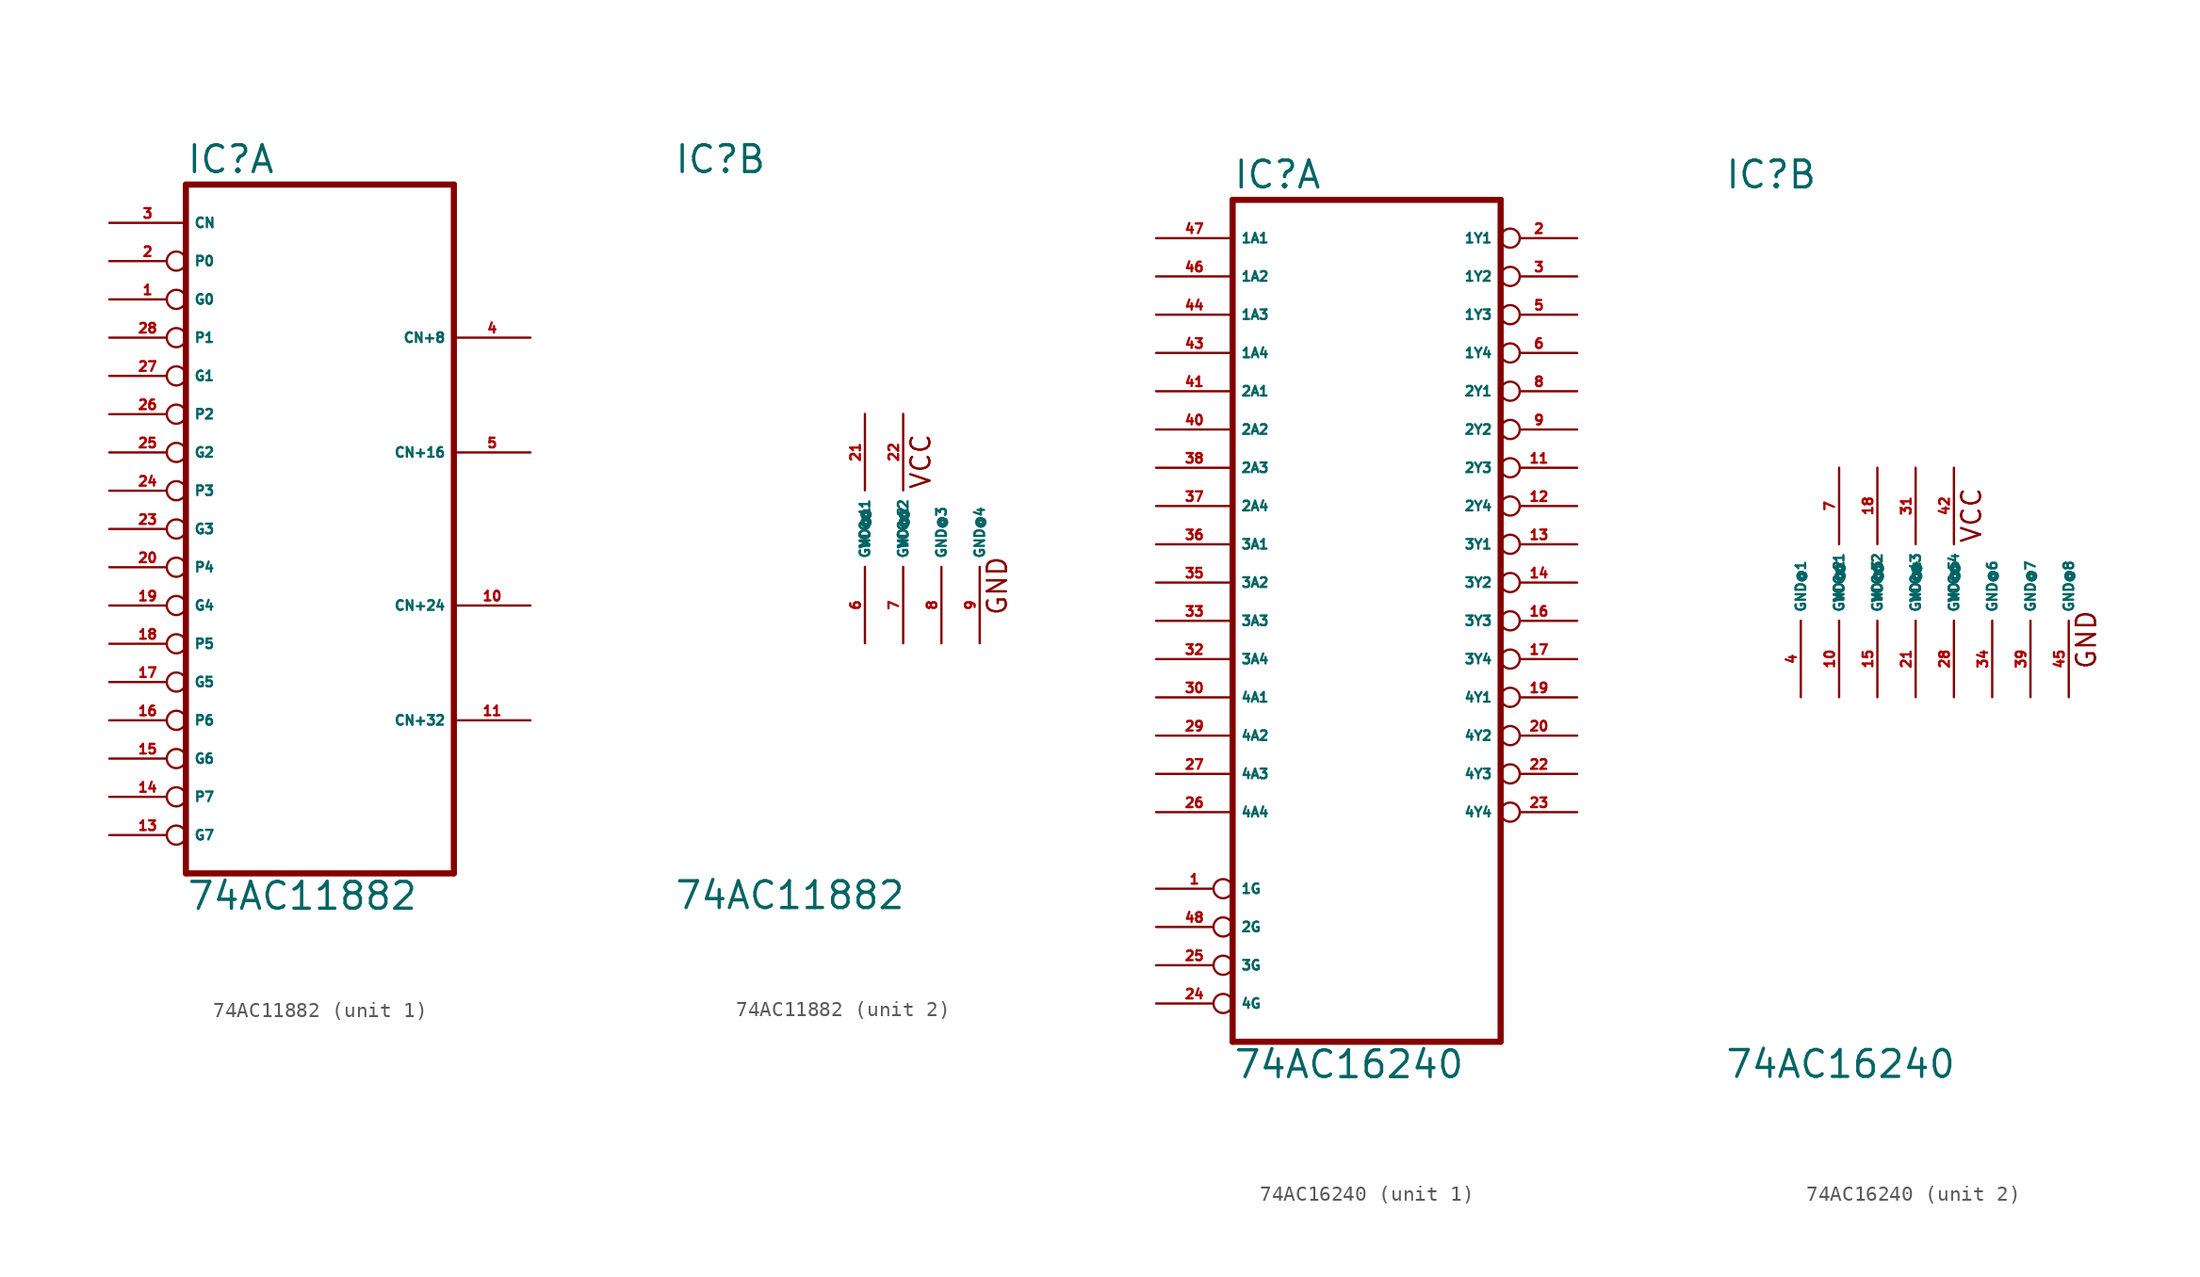
<source format=kicad_sym>
(kicad_symbol_lib
  (version 20220914)
  (generator Eagle2Kicad)
  (symbol "74AC11882"
    (property "Reference" "IC"
      (at -12.7 23.495 0)
      (effects (font (size 1.778 1.778) (thickness 0.22)) (justify left bottom)))
    (property "Value" "74AC11882"
      (at -12.7 -25.4 0)
      (effects (font (size 1.778 1.778) (thickness 0.22)) (justify left bottom)))
    (symbol "74AC11882_1_0"
      (polyline (pts (xy -12.7 -22.86) (xy 5.08 -22.86)) (stroke (width 0.406) (type default)) (fill (type none)))
      (polyline (pts (xy 5.08 -22.86) (xy 5.08 22.86)) (stroke (width 0.406) (type default)) (fill (type none)))
      (polyline (pts (xy 5.08 22.86) (xy -12.7 22.86)) (stroke (width 0.406) (type default)) (fill (type none)))
      (polyline (pts (xy -12.7 22.86) (xy -12.7 -22.86)) (stroke (width 0.406) (type default)) (fill (type none)))
      (pin input inverted (at -17.78 15.24 0) (length 5.08) (name "G0" (effects (font (size 0.635 0.635) (thickness 0.08)) (justify left bottom))) (number "1" (effects (font (size 0.635 0.635) (thickness 0.08)) (justify left bottom))))
      (pin input inverted (at -17.78 17.78 0) (length 5.08) (name "P0" (effects (font (size 0.635 0.635) (thickness 0.08)) (justify left bottom))) (number "2" (effects (font (size 0.635 0.635) (thickness 0.08)) (justify left bottom))))
      (pin input line (at -17.78 20.32 0) (length 5.08) (name "CN" (effects (font (size 0.635 0.635) (thickness 0.08)) (justify left bottom))) (number "3" (effects (font (size 0.635 0.635) (thickness 0.08)) (justify left bottom))))
      (pin output line (at 10.16 12.7 180) (length 5.08) (name "CN+8" (effects (font (size 0.635 0.635) (thickness 0.08)) (justify left bottom))) (number "4" (effects (font (size 0.635 0.635) (thickness 0.08)) (justify left bottom))))
      (pin output line (at 10.16 5.08 180) (length 5.08) (name "CN+16" (effects (font (size 0.635 0.635) (thickness 0.08)) (justify left bottom))) (number "5" (effects (font (size 0.635 0.635) (thickness 0.08)) (justify left bottom))))
      (pin output line (at 10.16 -5.08 180) (length 5.08) (name "CN+24" (effects (font (size 0.635 0.635) (thickness 0.08)) (justify left bottom))) (number "10" (effects (font (size 0.635 0.635) (thickness 0.08)) (justify left bottom))))
      (pin output line (at 10.16 -12.7 180) (length 5.08) (name "CN+32" (effects (font (size 0.635 0.635) (thickness 0.08)) (justify left bottom))) (number "11" (effects (font (size 0.635 0.635) (thickness 0.08)) (justify left bottom))))
      (pin input inverted (at -17.78 -20.32 0) (length 5.08) (name "G7" (effects (font (size 0.635 0.635) (thickness 0.08)) (justify left bottom))) (number "13" (effects (font (size 0.635 0.635) (thickness 0.08)) (justify left bottom))))
      (pin input inverted (at -17.78 -17.78 0) (length 5.08) (name "P7" (effects (font (size 0.635 0.635) (thickness 0.08)) (justify left bottom))) (number "14" (effects (font (size 0.635 0.635) (thickness 0.08)) (justify left bottom))))
      (pin input inverted (at -17.78 -15.24 0) (length 5.08) (name "G6" (effects (font (size 0.635 0.635) (thickness 0.08)) (justify left bottom))) (number "15" (effects (font (size 0.635 0.635) (thickness 0.08)) (justify left bottom))))
      (pin input inverted (at -17.78 -12.7 0) (length 5.08) (name "P6" (effects (font (size 0.635 0.635) (thickness 0.08)) (justify left bottom))) (number "16" (effects (font (size 0.635 0.635) (thickness 0.08)) (justify left bottom))))
      (pin input inverted (at -17.78 -10.16 0) (length 5.08) (name "G5" (effects (font (size 0.635 0.635) (thickness 0.08)) (justify left bottom))) (number "17" (effects (font (size 0.635 0.635) (thickness 0.08)) (justify left bottom))))
      (pin input inverted (at -17.78 -7.62 0) (length 5.08) (name "P5" (effects (font (size 0.635 0.635) (thickness 0.08)) (justify left bottom))) (number "18" (effects (font (size 0.635 0.635) (thickness 0.08)) (justify left bottom))))
      (pin input inverted (at -17.78 -5.08 0) (length 5.08) (name "G4" (effects (font (size 0.635 0.635) (thickness 0.08)) (justify left bottom))) (number "19" (effects (font (size 0.635 0.635) (thickness 0.08)) (justify left bottom))))
      (pin input inverted (at -17.78 -2.54 0) (length 5.08) (name "P4" (effects (font (size 0.635 0.635) (thickness 0.08)) (justify left bottom))) (number "20" (effects (font (size 0.635 0.635) (thickness 0.08)) (justify left bottom))))
      (pin input inverted (at -17.78 0 0) (length 5.08) (name "G3" (effects (font (size 0.635 0.635) (thickness 0.08)) (justify left bottom))) (number "23" (effects (font (size 0.635 0.635) (thickness 0.08)) (justify left bottom))))
      (pin input inverted (at -17.78 2.54 0) (length 5.08) (name "P3" (effects (font (size 0.635 0.635) (thickness 0.08)) (justify left bottom))) (number "24" (effects (font (size 0.635 0.635) (thickness 0.08)) (justify left bottom))))
      (pin input inverted (at -17.78 5.08 0) (length 5.08) (name "G2" (effects (font (size 0.635 0.635) (thickness 0.08)) (justify left bottom))) (number "25" (effects (font (size 0.635 0.635) (thickness 0.08)) (justify left bottom))))
      (pin input inverted (at -17.78 7.62 0) (length 5.08) (name "P2" (effects (font (size 0.635 0.635) (thickness 0.08)) (justify left bottom))) (number "26" (effects (font (size 0.635 0.635) (thickness 0.08)) (justify left bottom))))
      (pin input inverted (at -17.78 10.16 0) (length 5.08) (name "G1" (effects (font (size 0.635 0.635) (thickness 0.08)) (justify left bottom))) (number "27" (effects (font (size 0.635 0.635) (thickness 0.08)) (justify left bottom))))
      (pin input inverted (at -17.78 12.7 0) (length 5.08) (name "P1" (effects (font (size 0.635 0.635) (thickness 0.08)) (justify left bottom))) (number "28" (effects (font (size 0.635 0.635) (thickness 0.08)) (justify left bottom)))))
    (symbol "74AC11882_2_0"
      (text "VCC" (at 4.445 2.54 900) (effects (font (size 1.27 1.27) (thickness 0.16)) (justify left bottom)))
      (text "GND" (at 9.525 -5.842 900) (effects (font (size 1.27 1.27) (thickness 0.16)) (justify left bottom)))
      (pin unspecified line (at 0 -7.62 90) (length 5.08) (name "GND@1" (effects (font (size 0.635 0.635) (thickness 0.08)) (justify left bottom))) (number "6" (effects (font (size 0.635 0.635) (thickness 0.08)) (justify left bottom))))
      (pin unspecified line (at 2.54 -7.62 90) (length 5.08) (name "GND@2" (effects (font (size 0.635 0.635) (thickness 0.08)) (justify left bottom))) (number "7" (effects (font (size 0.635 0.635) (thickness 0.08)) (justify left bottom))))
      (pin unspecified line (at 5.08 -7.62 90) (length 5.08) (name "GND@3" (effects (font (size 0.635 0.635) (thickness 0.08)) (justify left bottom))) (number "8" (effects (font (size 0.635 0.635) (thickness 0.08)) (justify left bottom))))
      (pin unspecified line (at 7.62 -7.62 90) (length 5.08) (name "GND@4" (effects (font (size 0.635 0.635) (thickness 0.08)) (justify left bottom))) (number "9" (effects (font (size 0.635 0.635) (thickness 0.08)) (justify left bottom))))
      (pin unspecified line (at 0 7.62 270) (length 5.08) (name "VCC@1" (effects (font (size 0.635 0.635) (thickness 0.08)) (justify left bottom))) (number "21" (effects (font (size 0.635 0.635) (thickness 0.08)) (justify left bottom))))
      (pin unspecified line (at 2.54 7.62 270) (length 5.08) (name "VCC@2" (effects (font (size 0.635 0.635) (thickness 0.08)) (justify left bottom))) (number "22" (effects (font (size 0.635 0.635) (thickness 0.08)) (justify left bottom))))))
  (symbol "74AC16240"
    (property "Reference" "IC"
      (at -10.16 26.035 0)
      (effects (font (size 1.778 1.778) (thickness 0.22)) (justify left bottom)))
    (property "Value" "74AC16240"
      (at -10.16 -33.02 0)
      (effects (font (size 1.778 1.778) (thickness 0.22)) (justify left bottom)))
    (symbol "74AC16240_1_0"
      (polyline (pts (xy -10.16 25.4) (xy -10.16 -30.48)) (stroke (width 0.406) (type default)) (fill (type none)))
      (polyline (pts (xy 7.62 -30.48) (xy -10.16 -30.48)) (stroke (width 0.406) (type default)) (fill (type none)))
      (polyline (pts (xy 7.62 -30.48) (xy 7.62 25.4)) (stroke (width 0.406) (type default)) (fill (type none)))
      (polyline (pts (xy -10.16 25.4) (xy 7.62 25.4)) (stroke (width 0.406) (type default)) (fill (type none)))
      (pin input inverted (at -15.24 -20.32 0) (length 5.08) (name "1G" (effects (font (size 0.635 0.635) (thickness 0.08)) (justify left bottom))) (number "1" (effects (font (size 0.635 0.635) (thickness 0.08)) (justify left bottom))))
      (pin input inverted (at -15.24 -22.86 0) (length 5.08) (name "2G" (effects (font (size 0.635 0.635) (thickness 0.08)) (justify left bottom))) (number "48" (effects (font (size 0.635 0.635) (thickness 0.08)) (justify left bottom))))
      (pin input inverted (at -15.24 -25.4 0) (length 5.08) (name "3G" (effects (font (size 0.635 0.635) (thickness 0.08)) (justify left bottom))) (number "25" (effects (font (size 0.635 0.635) (thickness 0.08)) (justify left bottom))))
      (pin input inverted (at -15.24 -27.94 0) (length 5.08) (name "4G" (effects (font (size 0.635 0.635) (thickness 0.08)) (justify left bottom))) (number "24" (effects (font (size 0.635 0.635) (thickness 0.08)) (justify left bottom))))
      (pin tri_state inverted (at 12.7 22.86 180) (length 5.08) (name "1Y1" (effects (font (size 0.635 0.635) (thickness 0.08)) (justify left bottom))) (number "2" (effects (font (size 0.635 0.635) (thickness 0.08)) (justify left bottom))))
      (pin tri_state inverted (at 12.7 20.32 180) (length 5.08) (name "1Y2" (effects (font (size 0.635 0.635) (thickness 0.08)) (justify left bottom))) (number "3" (effects (font (size 0.635 0.635) (thickness 0.08)) (justify left bottom))))
      (pin tri_state inverted (at 12.7 17.78 180) (length 5.08) (name "1Y3" (effects (font (size 0.635 0.635) (thickness 0.08)) (justify left bottom))) (number "5" (effects (font (size 0.635 0.635) (thickness 0.08)) (justify left bottom))))
      (pin tri_state inverted (at 12.7 15.24 180) (length 5.08) (name "1Y4" (effects (font (size 0.635 0.635) (thickness 0.08)) (justify left bottom))) (number "6" (effects (font (size 0.635 0.635) (thickness 0.08)) (justify left bottom))))
      (pin tri_state inverted (at 12.7 12.7 180) (length 5.08) (name "2Y1" (effects (font (size 0.635 0.635) (thickness 0.08)) (justify left bottom))) (number "8" (effects (font (size 0.635 0.635) (thickness 0.08)) (justify left bottom))))
      (pin tri_state inverted (at 12.7 10.16 180) (length 5.08) (name "2Y2" (effects (font (size 0.635 0.635) (thickness 0.08)) (justify left bottom))) (number "9" (effects (font (size 0.635 0.635) (thickness 0.08)) (justify left bottom))))
      (pin tri_state inverted (at 12.7 7.62 180) (length 5.08) (name "2Y3" (effects (font (size 0.635 0.635) (thickness 0.08)) (justify left bottom))) (number "11" (effects (font (size 0.635 0.635) (thickness 0.08)) (justify left bottom))))
      (pin tri_state inverted (at 12.7 5.08 180) (length 5.08) (name "2Y4" (effects (font (size 0.635 0.635) (thickness 0.08)) (justify left bottom))) (number "12" (effects (font (size 0.635 0.635) (thickness 0.08)) (justify left bottom))))
      (pin tri_state inverted (at 12.7 2.54 180) (length 5.08) (name "3Y1" (effects (font (size 0.635 0.635) (thickness 0.08)) (justify left bottom))) (number "13" (effects (font (size 0.635 0.635) (thickness 0.08)) (justify left bottom))))
      (pin tri_state inverted (at 12.7 0 180) (length 5.08) (name "3Y2" (effects (font (size 0.635 0.635) (thickness 0.08)) (justify left bottom))) (number "14" (effects (font (size 0.635 0.635) (thickness 0.08)) (justify left bottom))))
      (pin tri_state inverted (at 12.7 -2.54 180) (length 5.08) (name "3Y3" (effects (font (size 0.635 0.635) (thickness 0.08)) (justify left bottom))) (number "16" (effects (font (size 0.635 0.635) (thickness 0.08)) (justify left bottom))))
      (pin tri_state inverted (at 12.7 -5.08 180) (length 5.08) (name "3Y4" (effects (font (size 0.635 0.635) (thickness 0.08)) (justify left bottom))) (number "17" (effects (font (size 0.635 0.635) (thickness 0.08)) (justify left bottom))))
      (pin tri_state inverted (at 12.7 -7.62 180) (length 5.08) (name "4Y1" (effects (font (size 0.635 0.635) (thickness 0.08)) (justify left bottom))) (number "19" (effects (font (size 0.635 0.635) (thickness 0.08)) (justify left bottom))))
      (pin tri_state inverted (at 12.7 -10.16 180) (length 5.08) (name "4Y2" (effects (font (size 0.635 0.635) (thickness 0.08)) (justify left bottom))) (number "20" (effects (font (size 0.635 0.635) (thickness 0.08)) (justify left bottom))))
      (pin tri_state inverted (at 12.7 -12.7 180) (length 5.08) (name "4Y3" (effects (font (size 0.635 0.635) (thickness 0.08)) (justify left bottom))) (number "22" (effects (font (size 0.635 0.635) (thickness 0.08)) (justify left bottom))))
      (pin tri_state inverted (at 12.7 -15.24 180) (length 5.08) (name "4Y4" (effects (font (size 0.635 0.635) (thickness 0.08)) (justify left bottom))) (number "23" (effects (font (size 0.635 0.635) (thickness 0.08)) (justify left bottom))))
      (pin input line (at -15.24 22.86 0) (length 5.08) (name "1A1" (effects (font (size 0.635 0.635) (thickness 0.08)) (justify left bottom))) (number "47" (effects (font (size 0.635 0.635) (thickness 0.08)) (justify left bottom))))
      (pin input line (at -15.24 20.32 0) (length 5.08) (name "1A2" (effects (font (size 0.635 0.635) (thickness 0.08)) (justify left bottom))) (number "46" (effects (font (size 0.635 0.635) (thickness 0.08)) (justify left bottom))))
      (pin input line (at -15.24 17.78 0) (length 5.08) (name "1A3" (effects (font (size 0.635 0.635) (thickness 0.08)) (justify left bottom))) (number "44" (effects (font (size 0.635 0.635) (thickness 0.08)) (justify left bottom))))
      (pin input line (at -15.24 15.24 0) (length 5.08) (name "1A4" (effects (font (size 0.635 0.635) (thickness 0.08)) (justify left bottom))) (number "43" (effects (font (size 0.635 0.635) (thickness 0.08)) (justify left bottom))))
      (pin input line (at -15.24 12.7 0) (length 5.08) (name "2A1" (effects (font (size 0.635 0.635) (thickness 0.08)) (justify left bottom))) (number "41" (effects (font (size 0.635 0.635) (thickness 0.08)) (justify left bottom))))
      (pin input line (at -15.24 10.16 0) (length 5.08) (name "2A2" (effects (font (size 0.635 0.635) (thickness 0.08)) (justify left bottom))) (number "40" (effects (font (size 0.635 0.635) (thickness 0.08)) (justify left bottom))))
      (pin input line (at -15.24 7.62 0) (length 5.08) (name "2A3" (effects (font (size 0.635 0.635) (thickness 0.08)) (justify left bottom))) (number "38" (effects (font (size 0.635 0.635) (thickness 0.08)) (justify left bottom))))
      (pin input line (at -15.24 5.08 0) (length 5.08) (name "2A4" (effects (font (size 0.635 0.635) (thickness 0.08)) (justify left bottom))) (number "37" (effects (font (size 0.635 0.635) (thickness 0.08)) (justify left bottom))))
      (pin input line (at -15.24 2.54 0) (length 5.08) (name "3A1" (effects (font (size 0.635 0.635) (thickness 0.08)) (justify left bottom))) (number "36" (effects (font (size 0.635 0.635) (thickness 0.08)) (justify left bottom))))
      (pin input line (at -15.24 0 0) (length 5.08) (name "3A2" (effects (font (size 0.635 0.635) (thickness 0.08)) (justify left bottom))) (number "35" (effects (font (size 0.635 0.635) (thickness 0.08)) (justify left bottom))))
      (pin input line (at -15.24 -2.54 0) (length 5.08) (name "3A3" (effects (font (size 0.635 0.635) (thickness 0.08)) (justify left bottom))) (number "33" (effects (font (size 0.635 0.635) (thickness 0.08)) (justify left bottom))))
      (pin input line (at -15.24 -5.08 0) (length 5.08) (name "3A4" (effects (font (size 0.635 0.635) (thickness 0.08)) (justify left bottom))) (number "32" (effects (font (size 0.635 0.635) (thickness 0.08)) (justify left bottom))))
      (pin input line (at -15.24 -7.62 0) (length 5.08) (name "4A1" (effects (font (size 0.635 0.635) (thickness 0.08)) (justify left bottom))) (number "30" (effects (font (size 0.635 0.635) (thickness 0.08)) (justify left bottom))))
      (pin input line (at -15.24 -10.16 0) (length 5.08) (name "4A2" (effects (font (size 0.635 0.635) (thickness 0.08)) (justify left bottom))) (number "29" (effects (font (size 0.635 0.635) (thickness 0.08)) (justify left bottom))))
      (pin input line (at -15.24 -12.7 0) (length 5.08) (name "4A3" (effects (font (size 0.635 0.635) (thickness 0.08)) (justify left bottom))) (number "27" (effects (font (size 0.635 0.635) (thickness 0.08)) (justify left bottom))))
      (pin input line (at -15.24 -15.24 0) (length 5.08) (name "4A4" (effects (font (size 0.635 0.635) (thickness 0.08)) (justify left bottom))) (number "26" (effects (font (size 0.635 0.635) (thickness 0.08)) (justify left bottom)))))
    (symbol "74AC16240_2_0"
      (text "VCC" (at 6.985 2.54 900) (effects (font (size 1.27 1.27) (thickness 0.16)) (justify left bottom)))
      (text "GND" (at 14.605 -5.842 900) (effects (font (size 1.27 1.27) (thickness 0.16)) (justify left bottom)))
      (pin unspecified line (at -2.54 7.62 270) (length 5.08) (name "VCC@1" (effects (font (size 0.635 0.635) (thickness 0.08)) (justify left bottom))) (number "7" (effects (font (size 0.635 0.635) (thickness 0.08)) (justify left bottom))))
      (pin unspecified line (at 0 7.62 270) (length 5.08) (name "VCC@2" (effects (font (size 0.635 0.635) (thickness 0.08)) (justify left bottom))) (number "18" (effects (font (size 0.635 0.635) (thickness 0.08)) (justify left bottom))))
      (pin unspecified line (at 2.54 -7.62 90) (length 5.08) (name "GND@4" (effects (font (size 0.635 0.635) (thickness 0.08)) (justify left bottom))) (number "21" (effects (font (size 0.635 0.635) (thickness 0.08)) (justify left bottom))))
      (pin unspecified line (at 0 -7.62 90) (length 5.08) (name "GND@3" (effects (font (size 0.635 0.635) (thickness 0.08)) (justify left bottom))) (number "15" (effects (font (size 0.635 0.635) (thickness 0.08)) (justify left bottom))))
      (pin unspecified line (at -2.54 -7.62 90) (length 5.08) (name "GND@2" (effects (font (size 0.635 0.635) (thickness 0.08)) (justify left bottom))) (number "10" (effects (font (size 0.635 0.635) (thickness 0.08)) (justify left bottom))))
      (pin unspecified line (at -5.08 -7.62 90) (length 5.08) (name "GND@1" (effects (font (size 0.635 0.635) (thickness 0.08)) (justify left bottom))) (number "4" (effects (font (size 0.635 0.635) (thickness 0.08)) (justify left bottom))))
      (pin unspecified line (at 2.54 7.62 270) (length 5.08) (name "VCC@3" (effects (font (size 0.635 0.635) (thickness 0.08)) (justify left bottom))) (number "31" (effects (font (size 0.635 0.635) (thickness 0.08)) (justify left bottom))))
      (pin unspecified line (at 5.08 7.62 270) (length 5.08) (name "VCC@4" (effects (font (size 0.635 0.635) (thickness 0.08)) (justify left bottom))) (number "42" (effects (font (size 0.635 0.635) (thickness 0.08)) (justify left bottom))))
      (pin unspecified line (at 5.08 -7.62 90) (length 5.08) (name "GND@5" (effects (font (size 0.635 0.635) (thickness 0.08)) (justify left bottom))) (number "28" (effects (font (size 0.635 0.635) (thickness 0.08)) (justify left bottom))))
      (pin unspecified line (at 7.62 -7.62 90) (length 5.08) (name "GND@6" (effects (font (size 0.635 0.635) (thickness 0.08)) (justify left bottom))) (number "34" (effects (font (size 0.635 0.635) (thickness 0.08)) (justify left bottom))))
      (pin unspecified line (at 10.16 -7.62 90) (length 5.08) (name "GND@7" (effects (font (size 0.635 0.635) (thickness 0.08)) (justify left bottom))) (number "39" (effects (font (size 0.635 0.635) (thickness 0.08)) (justify left bottom))))
      (pin unspecified line (at 12.7 -7.62 90) (length 5.08) (name "GND@8" (effects (font (size 0.635 0.635) (thickness 0.08)) (justify left bottom))) (number "45" (effects (font (size 0.635 0.635) (thickness 0.08)) (justify left bottom)))))))
</source>
